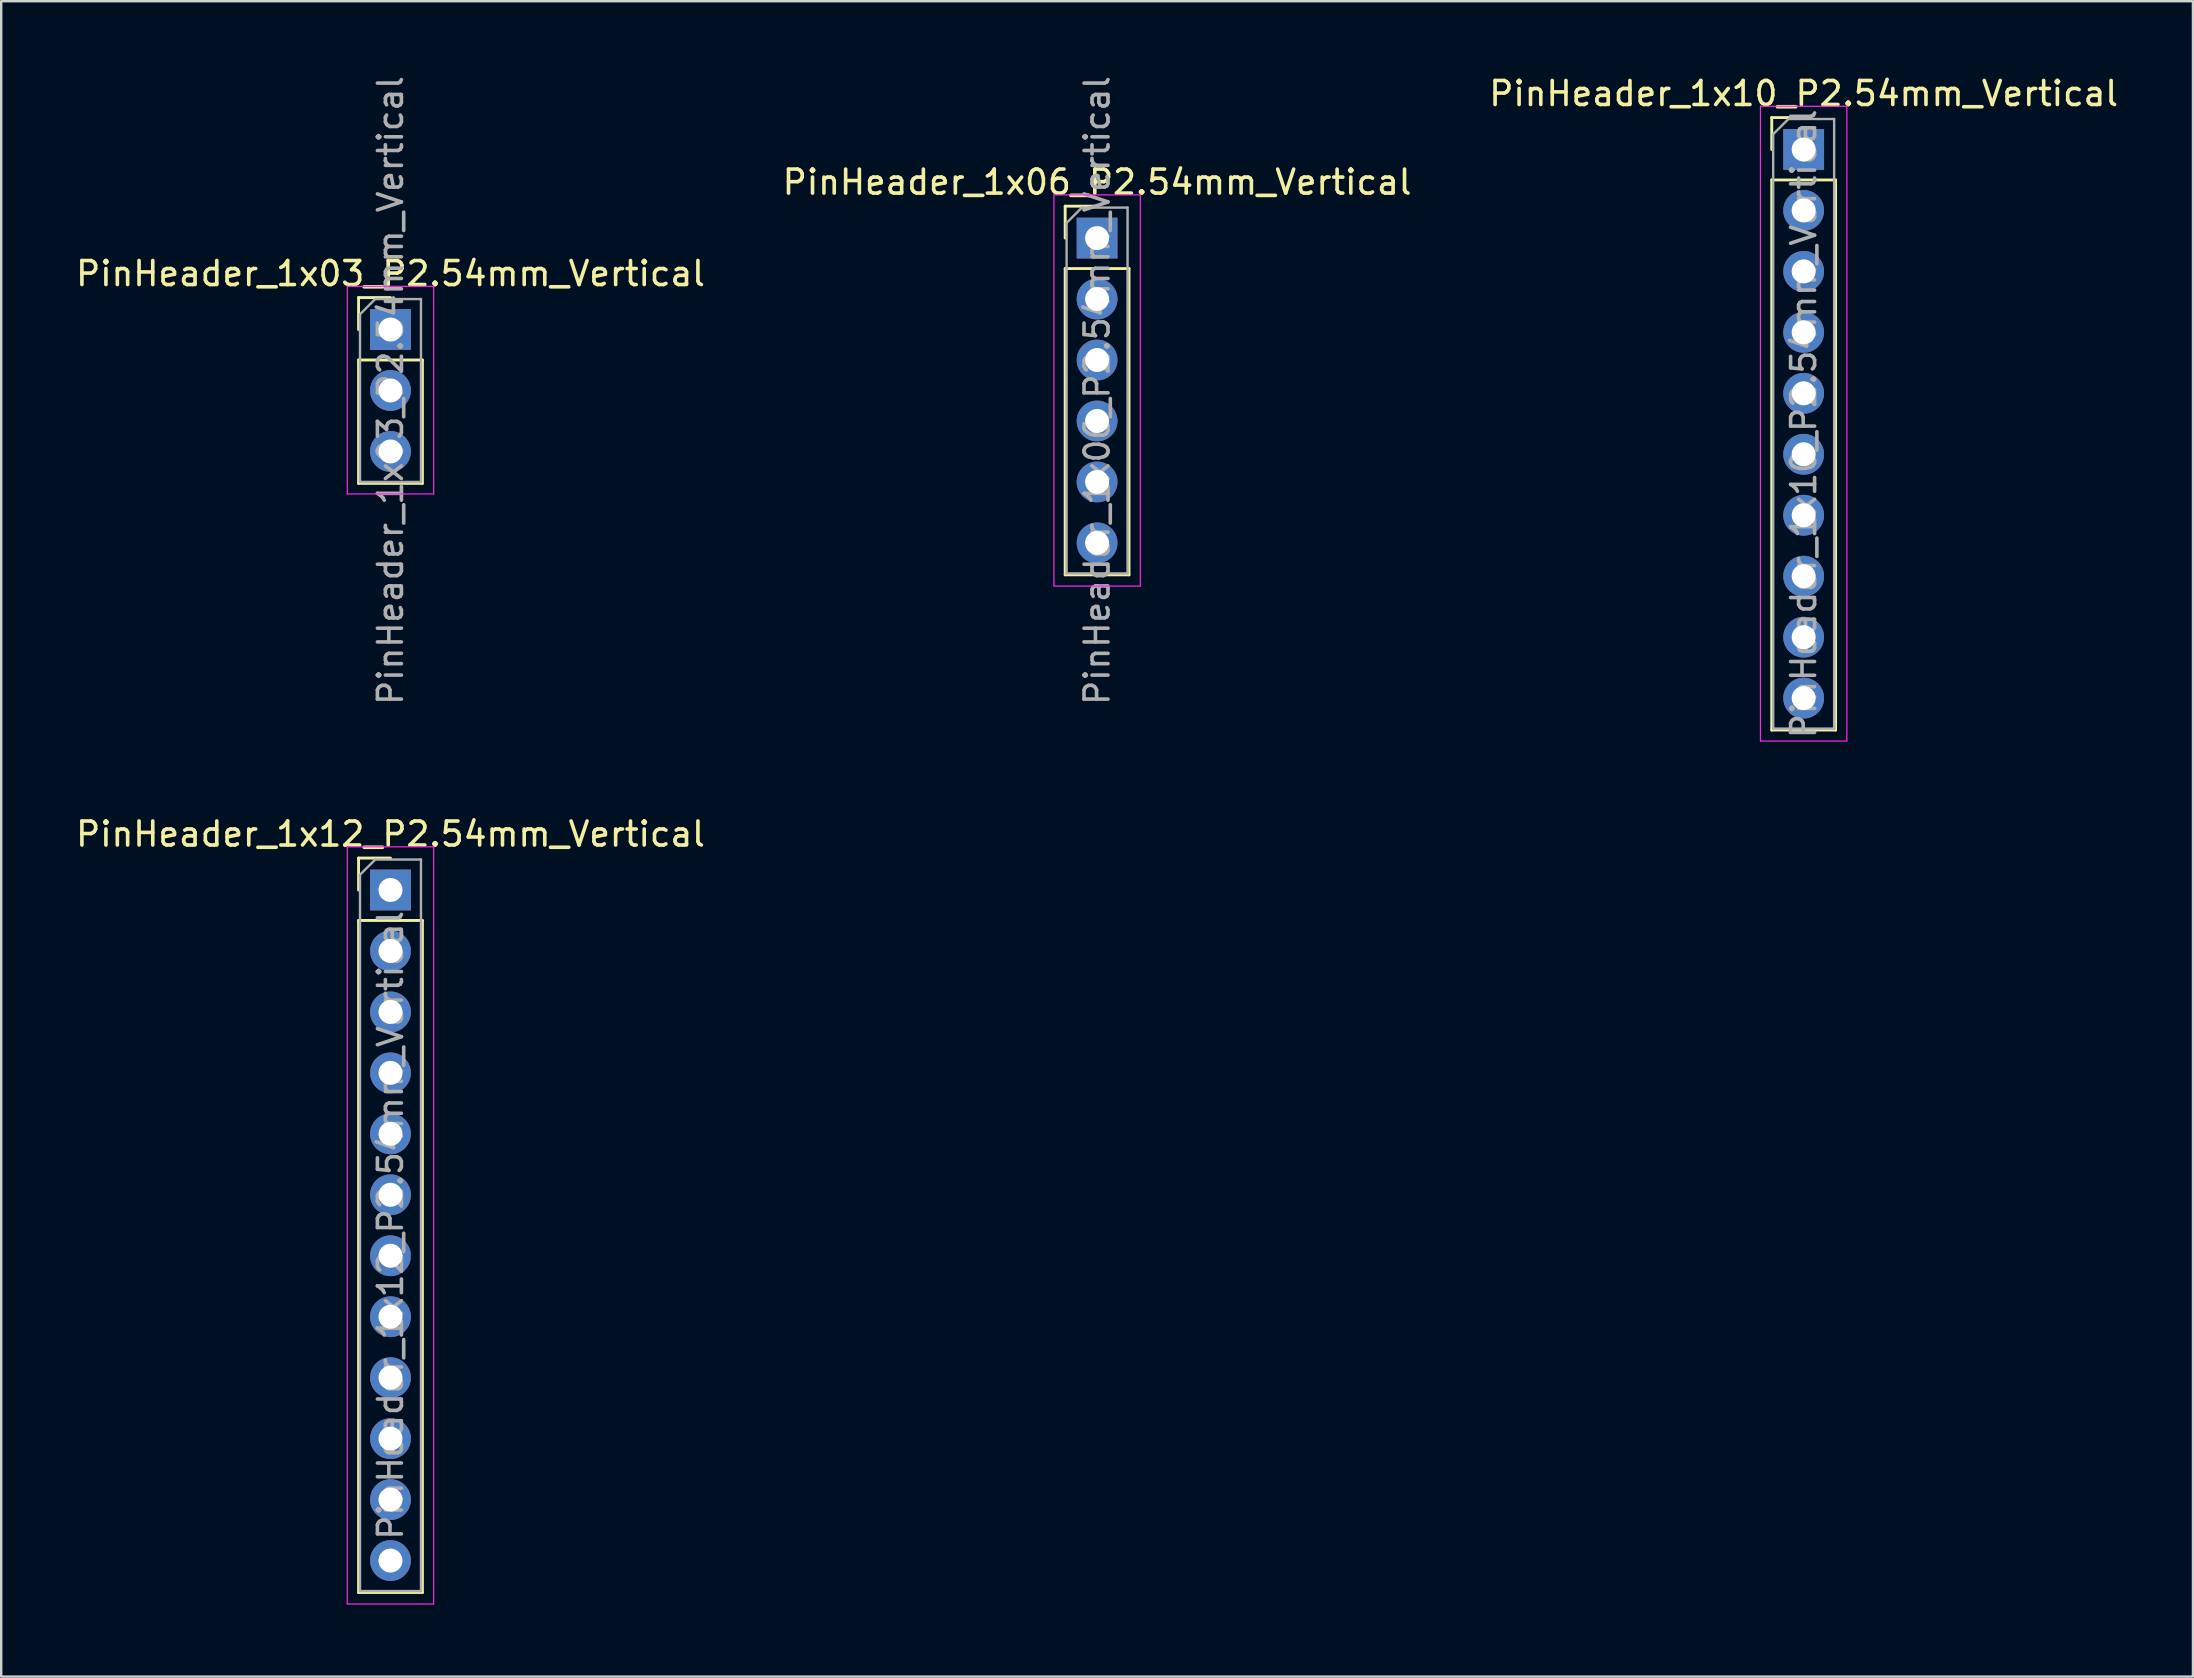
<source format=kicad_pcb>
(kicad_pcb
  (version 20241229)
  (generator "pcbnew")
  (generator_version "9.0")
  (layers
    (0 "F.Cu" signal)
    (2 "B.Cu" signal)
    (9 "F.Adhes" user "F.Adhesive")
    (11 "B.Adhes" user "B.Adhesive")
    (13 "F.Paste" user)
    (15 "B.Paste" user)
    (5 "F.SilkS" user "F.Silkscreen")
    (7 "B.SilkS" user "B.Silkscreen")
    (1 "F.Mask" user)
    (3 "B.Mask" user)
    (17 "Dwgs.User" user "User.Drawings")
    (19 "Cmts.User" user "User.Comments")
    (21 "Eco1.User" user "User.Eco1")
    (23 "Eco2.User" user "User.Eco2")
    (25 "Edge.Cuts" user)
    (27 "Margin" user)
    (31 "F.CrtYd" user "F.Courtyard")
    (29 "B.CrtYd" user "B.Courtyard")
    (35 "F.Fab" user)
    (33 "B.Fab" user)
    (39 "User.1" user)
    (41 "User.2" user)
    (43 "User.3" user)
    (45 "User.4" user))
  (footprint "PinHeader_1x12_P2.54mm_Vertical"
    (layer "F.Cu")
    (at 13.28 48.032)
    (property "Reference" "PinHeader_1x12_P2.54mm_Vertical" (at -0.06 -16.33 0) (layer "F.SilkS") (effects (font (size 1 1) (thickness 0.15))))
    (attr through_hole)
    (fp_line (start -1.39 -15.33) (end -0.06 -15.33) (stroke (width 0.12) (type solid)) (layer "F.SilkS"))
    (fp_line (start -1.39 -14) (end -1.39 -15.33) (stroke (width 0.12) (type solid)) (layer "F.SilkS"))
    (fp_line (start -1.39 -12.73) (end -1.39 15.27) (stroke (width 0.12) (type solid)) (layer "F.SilkS"))
    (fp_line (start -1.39 -12.73) (end 1.27 -12.73) (stroke (width 0.12) (type solid)) (layer "F.SilkS"))
    (fp_line (start -1.39 15.27) (end 1.27 15.27) (stroke (width 0.12) (type solid)) (layer "F.SilkS"))
    (fp_line (start 1.27 -12.73) (end 1.27 15.27) (stroke (width 0.12) (type solid)) (layer "F.SilkS"))
    (fp_line (start -1.86 -15.8) (end -1.86 15.75) (stroke (width 0.05) (type solid)) (layer "F.CrtYd"))
    (fp_line (start -1.86 15.75) (end 1.74 15.75) (stroke (width 0.05) (type solid)) (layer "F.CrtYd"))
    (fp_line (start 1.74 -15.8) (end -1.86 -15.8) (stroke (width 0.05) (type solid)) (layer "F.CrtYd"))
    (fp_line (start 1.74 15.75) (end 1.74 -15.8) (stroke (width 0.05) (type solid)) (layer "F.CrtYd"))
    (fp_line (start -1.33 -14.635) (end -0.695 -15.27) (stroke (width 0.1) (type solid)) (layer "F.Fab"))
    (fp_line (start -1.33 15.21) (end -1.33 -14.635) (stroke (width 0.1) (type solid)) (layer "F.Fab"))
    (fp_line (start -0.695 -15.27) (end 1.21 -15.27) (stroke (width 0.1) (type solid)) (layer "F.Fab"))
    (fp_line (start 1.21 -15.27) (end 1.21 15.21) (stroke (width 0.1) (type solid)) (layer "F.Fab"))
    (fp_line (start 1.21 15.21) (end -1.33 15.21) (stroke (width 0.1) (type solid)) (layer "F.Fab"))
    (fp_text user "${REFERENCE}" (at -0.06 -0.03 90) (layer "F.Fab") (effects (font (size 1 1) (thickness 0.15))))
    (pad "1" thru_hole rect (at -0.06 -14) (size 1.7 1.7) (drill 1) (layers "*.Cu" "*.Mask"))
    (pad "2" thru_hole oval (at -0.06 -11.46) (size 1.7 1.7) (drill 1) (layers "*.Cu" "*.Mask"))
    (pad "3" thru_hole oval (at -0.06 -8.92) (size 1.7 1.7) (drill 1) (layers "*.Cu" "*.Mask"))
    (pad "4" thru_hole oval (at -0.06 -6.38) (size 1.7 1.7) (drill 1) (layers "*.Cu" "*.Mask"))
    (pad "5" thru_hole oval (at -0.06 -3.84) (size 1.7 1.7) (drill 1) (layers "*.Cu" "*.Mask"))
    (pad "6" thru_hole oval (at -0.06 -1.3) (size 1.7 1.7) (drill 1) (layers "*.Cu" "*.Mask"))
    (pad "7" thru_hole oval (at -0.06 1.24) (size 1.7 1.7) (drill 1) (layers "*.Cu" "*.Mask"))
    (pad "8" thru_hole oval (at -0.06 3.78) (size 1.7 1.7) (drill 1) (layers "*.Cu" "*.Mask"))
    (pad "9" thru_hole oval (at -0.06 6.32) (size 1.7 1.7) (drill 1) (layers "*.Cu" "*.Mask"))
    (pad "10" thru_hole oval (at -0.06 8.86) (size 1.7 1.7) (drill 1) (layers "*.Cu" "*.Mask"))
    (pad "11" thru_hole oval (at -0.06 11.4) (size 1.7 1.7) (drill 1) (layers "*.Cu" "*.Mask"))
    (pad "12" thru_hole oval (at -0.06 13.94) (size 1.7 1.7) (drill 1) (layers "*.Cu" "*.Mask")))
  (footprint "PinHeader_1x06_P2.54mm_Vertical"
    (layer "F.Cu")
    (at 42.661 13.22)
    (property "Reference" "PinHeader_1x06_P2.54mm_Vertical" (at 0 -8.68 0) (layer "F.SilkS") (effects (font (size 1 1) (thickness 0.15))))
    (attr through_hole)
    (fp_line (start -1.33 -7.68) (end 0 -7.68) (stroke (width 0.12) (type solid)) (layer "F.SilkS"))
    (fp_line (start -1.33 -6.35) (end -1.33 -7.68) (stroke (width 0.12) (type solid)) (layer "F.SilkS"))
    (fp_line (start -1.33 -5.08) (end -1.33 7.68) (stroke (width 0.12) (type solid)) (layer "F.SilkS"))
    (fp_line (start -1.33 -5.08) (end 1.33 -5.08) (stroke (width 0.12) (type solid)) (layer "F.SilkS"))
    (fp_line (start -1.33 7.68) (end 1.33 7.68) (stroke (width 0.12) (type solid)) (layer "F.SilkS"))
    (fp_line (start 1.33 -5.08) (end 1.33 7.68) (stroke (width 0.12) (type solid)) (layer "F.SilkS"))
    (fp_line (start -1.8 -8.15) (end -1.8 8.15) (stroke (width 0.05) (type solid)) (layer "F.CrtYd"))
    (fp_line (start -1.8 8.15) (end 1.8 8.15) (stroke (width 0.05) (type solid)) (layer "F.CrtYd"))
    (fp_line (start 1.8 -8.15) (end -1.8 -8.15) (stroke (width 0.05) (type solid)) (layer "F.CrtYd"))
    (fp_line (start 1.8 8.15) (end 1.8 -8.15) (stroke (width 0.05) (type solid)) (layer "F.CrtYd"))
    (fp_line (start -1.27 -6.985) (end -0.635 -7.62) (stroke (width 0.1) (type solid)) (layer "F.Fab"))
    (fp_line (start -1.27 7.62) (end -1.27 -6.985) (stroke (width 0.1) (type solid)) (layer "F.Fab"))
    (fp_line (start -0.635 -7.62) (end 1.27 -7.62) (stroke (width 0.1) (type solid)) (layer "F.Fab"))
    (fp_line (start 1.27 -7.62) (end 1.27 7.62) (stroke (width 0.1) (type solid)) (layer "F.Fab"))
    (fp_line (start 1.27 7.62) (end -1.27 7.62) (stroke (width 0.1) (type solid)) (layer "F.Fab"))
    (fp_text user "${REFERENCE}" (at 0 0 90) (layer "F.Fab") (effects (font (size 1 1) (thickness 0.15))))
    (pad "1" thru_hole rect (at 0 -6.35) (size 1.7 1.7) (drill 1) (layers "*.Cu" "*.Mask"))
    (pad "2" thru_hole oval (at 0 -3.81) (size 1.7 1.7) (drill 1) (layers "*.Cu" "*.Mask"))
    (pad "3" thru_hole oval (at 0 -1.27) (size 1.7 1.7) (drill 1) (layers "*.Cu" "*.Mask"))
    (pad "4" thru_hole oval (at 0 1.27) (size 1.7 1.7) (drill 1) (layers "*.Cu" "*.Mask"))
    (pad "5" thru_hole oval (at 0 3.81) (size 1.7 1.7) (drill 1) (layers "*.Cu" "*.Mask"))
    (pad "6" thru_hole oval (at 0 6.35) (size 1.7 1.7) (drill 1) (layers "*.Cu" "*.Mask")))
  (footprint "PinHeader_1x03_P2.54mm_Vertical"
    (layer "F.Cu")
    (at 13.22 13.22)
    (property "Reference" "PinHeader_1x03_P2.54mm_Vertical" (at 0 -4.87 0) (layer "F.SilkS") (effects (font (size 1 1) (thickness 0.15))))
    (attr through_hole)
    (fp_line (start -1.33 -3.87) (end 0 -3.87) (stroke (width 0.12) (type solid)) (layer "F.SilkS"))
    (fp_line (start -1.33 -2.54) (end -1.33 -3.87) (stroke (width 0.12) (type solid)) (layer "F.SilkS"))
    (fp_line (start -1.33 -1.27) (end -1.33 3.87) (stroke (width 0.12) (type solid)) (layer "F.SilkS"))
    (fp_line (start -1.33 -1.27) (end 1.33 -1.27) (stroke (width 0.12) (type solid)) (layer "F.SilkS"))
    (fp_line (start -1.33 3.87) (end 1.33 3.87) (stroke (width 0.12) (type solid)) (layer "F.SilkS"))
    (fp_line (start 1.33 -1.27) (end 1.33 3.87) (stroke (width 0.12) (type solid)) (layer "F.SilkS"))
    (fp_line (start -1.8 -4.34) (end -1.8 4.31) (stroke (width 0.05) (type solid)) (layer "F.CrtYd"))
    (fp_line (start -1.8 4.31) (end 1.8 4.31) (stroke (width 0.05) (type solid)) (layer "F.CrtYd"))
    (fp_line (start 1.8 -4.34) (end -1.8 -4.34) (stroke (width 0.05) (type solid)) (layer "F.CrtYd"))
    (fp_line (start 1.8 4.31) (end 1.8 -4.34) (stroke (width 0.05) (type solid)) (layer "F.CrtYd"))
    (fp_line (start -1.27 -3.175) (end -0.635 -3.81) (stroke (width 0.1) (type solid)) (layer "F.Fab"))
    (fp_line (start -1.27 3.81) (end -1.27 -3.175) (stroke (width 0.1) (type solid)) (layer "F.Fab"))
    (fp_line (start -0.635 -3.81) (end 1.27 -3.81) (stroke (width 0.1) (type solid)) (layer "F.Fab"))
    (fp_line (start 1.27 -3.81) (end 1.27 3.81) (stroke (width 0.1) (type solid)) (layer "F.Fab"))
    (fp_line (start 1.27 3.81) (end -1.27 3.81) (stroke (width 0.1) (type solid)) (layer "F.Fab"))
    (fp_text user "${REFERENCE}" (at 0 0 90) (layer "F.Fab") (effects (font (size 1 1) (thickness 0.15))))
    (pad "1" thru_hole rect (at 0 -2.54) (size 1.7 1.7) (drill 1) (layers "*.Cu" "*.Mask"))
    (pad "2" thru_hole oval (at 0 0) (size 1.7 1.7) (drill 1) (layers "*.Cu" "*.Mask"))
    (pad "3" thru_hole oval (at 0 2.54) (size 1.7 1.7) (drill 1) (layers "*.Cu" "*.Mask")))
  (footprint "PinHeader_1x10_P2.54mm_Vertical"
    (layer "F.Cu")
    (at 72.101 14.608)
    (property "Reference" "PinHeader_1x10_P2.54mm_Vertical" (at 0 -13.76 0) (layer "F.SilkS") (effects (font (size 1 1) (thickness 0.15))))
    (attr through_hole)
    (fp_line (start -1.33 -12.76) (end 0 -12.76) (stroke (width 0.12) (type solid)) (layer "F.SilkS"))
    (fp_line (start -1.33 -11.43) (end -1.33 -12.76) (stroke (width 0.12) (type solid)) (layer "F.SilkS"))
    (fp_line (start -1.33 -10.16) (end -1.33 12.76) (stroke (width 0.12) (type solid)) (layer "F.SilkS"))
    (fp_line (start -1.33 -10.16) (end 1.33 -10.16) (stroke (width 0.12) (type solid)) (layer "F.SilkS"))
    (fp_line (start -1.33 12.76) (end 1.33 12.76) (stroke (width 0.12) (type solid)) (layer "F.SilkS"))
    (fp_line (start 1.33 -10.16) (end 1.33 12.76) (stroke (width 0.12) (type solid)) (layer "F.SilkS"))
    (fp_line (start -1.8 -13.23) (end -1.8 13.22) (stroke (width 0.05) (type solid)) (layer "F.CrtYd"))
    (fp_line (start -1.8 13.22) (end 1.8 13.22) (stroke (width 0.05) (type solid)) (layer "F.CrtYd"))
    (fp_line (start 1.8 -13.23) (end -1.8 -13.23) (stroke (width 0.05) (type solid)) (layer "F.CrtYd"))
    (fp_line (start 1.8 13.22) (end 1.8 -13.23) (stroke (width 0.05) (type solid)) (layer "F.CrtYd"))
    (fp_line (start -1.27 -12.065) (end -0.635 -12.7) (stroke (width 0.1) (type solid)) (layer "F.Fab"))
    (fp_line (start -1.27 12.7) (end -1.27 -12.065) (stroke (width 0.1) (type solid)) (layer "F.Fab"))
    (fp_line (start -0.635 -12.7) (end 1.27 -12.7) (stroke (width 0.1) (type solid)) (layer "F.Fab"))
    (fp_line (start 1.27 -12.7) (end 1.27 12.7) (stroke (width 0.1) (type solid)) (layer "F.Fab"))
    (fp_line (start 1.27 12.7) (end -1.27 12.7) (stroke (width 0.1) (type solid)) (layer "F.Fab"))
    (fp_text user "${REFERENCE}" (at 0 0 90) (layer "F.Fab") (effects (font (size 1 1) (thickness 0.15))))
    (pad "1" thru_hole rect (at 0 -11.43) (size 1.7 1.7) (drill 1) (layers "*.Cu" "*.Mask"))
    (pad "2" thru_hole oval (at 0 -8.89) (size 1.7 1.7) (drill 1) (layers "*.Cu" "*.Mask"))
    (pad "3" thru_hole oval (at 0 -6.35) (size 1.7 1.7) (drill 1) (layers "*.Cu" "*.Mask"))
    (pad "4" thru_hole oval (at 0 -3.81) (size 1.7 1.7) (drill 1) (layers "*.Cu" "*.Mask"))
    (pad "5" thru_hole oval (at 0 -1.27) (size 1.7 1.7) (drill 1) (layers "*.Cu" "*.Mask"))
    (pad "6" thru_hole oval (at 0 1.27) (size 1.7 1.7) (drill 1) (layers "*.Cu" "*.Mask"))
    (pad "7" thru_hole oval (at 0 3.81) (size 1.7 1.7) (drill 1) (layers "*.Cu" "*.Mask"))
    (pad "8" thru_hole oval (at 0 6.35) (size 1.7 1.7) (drill 1) (layers "*.Cu" "*.Mask"))
    (pad "9" thru_hole oval (at 0 8.89) (size 1.7 1.7) (drill 1) (layers "*.Cu" "*.Mask"))
    (pad "10" thru_hole oval (at 0 11.43) (size 1.7 1.7) (drill 1) (layers "*.Cu" "*.Mask")))
  (gr_rect
    (start -3 -3)
    (end 88.321 66.806)
    (stroke (width 0.1) (type default))
    (fill no)
    (layer "Edge.Cuts")))
</source>
